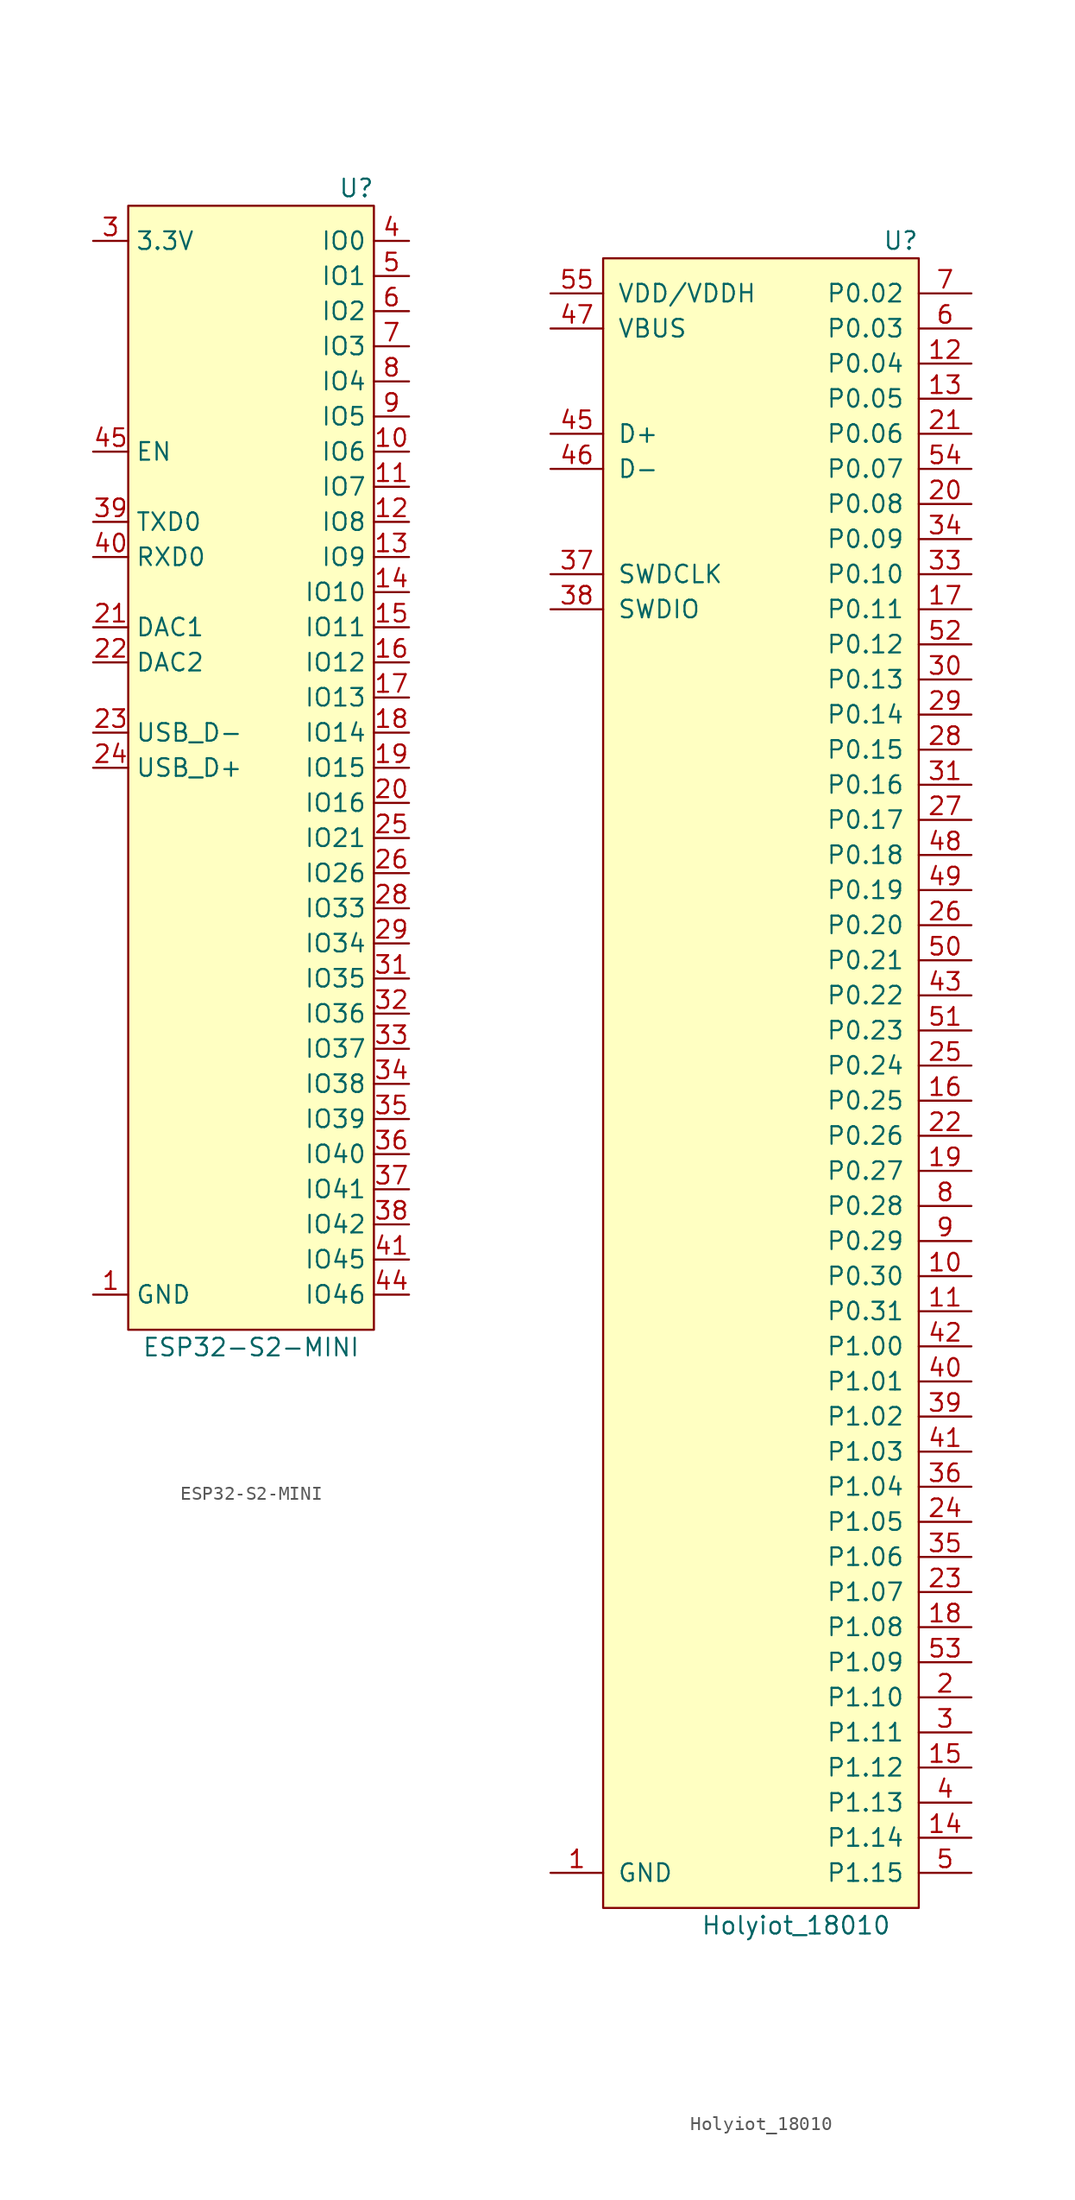
<source format=kicad_sym>
(kicad_symbol_lib
  (version 20231120)
  (generator "kicad_symbol_editor")
  (generator_version "8.0")
  (symbol "ESP32-S2-MINI"
    (property "Reference" "U"
      (at 7.62 39.37 0)
      (effects (font (size 1.27 1.27))))
    (property "Value" "ESP32-S2-MINI"
      (at 0 -44.45 0)
      (effects (font (size 1.27 1.27))))
    (symbol "ESP32-S2-MINI_0_0"
      (pin power_in line (at -11.43 -40.64 0) (length 2.54) (name "GND" (effects (font (size 1.27 1.27)))) (number "1" (effects (font (size 1.27 1.27)))))
      (pin bidirectional line (at 11.43 20.32 180) (length 2.54) (name "IO6" (effects (font (size 1.27 1.27)))) (number "10" (effects (font (size 1.27 1.27)))))
      (pin bidirectional line (at 11.43 17.78 180) (length 2.54) (name "IO7" (effects (font (size 1.27 1.27)))) (number "11" (effects (font (size 1.27 1.27)))))
      (pin bidirectional line (at 11.43 15.24 180) (length 2.54) (name "IO8" (effects (font (size 1.27 1.27)))) (number "12" (effects (font (size 1.27 1.27)))))
      (pin bidirectional line (at 11.43 12.7 180) (length 2.54) (name "IO9" (effects (font (size 1.27 1.27)))) (number "13" (effects (font (size 1.27 1.27)))))
      (pin bidirectional line (at 11.43 10.16 180) (length 2.54) (name "IO10" (effects (font (size 1.27 1.27)))) (number "14" (effects (font (size 1.27 1.27)))))
      (pin bidirectional line (at 11.43 7.62 180) (length 2.54) (name "IO11" (effects (font (size 1.27 1.27)))) (number "15" (effects (font (size 1.27 1.27)))))
      (pin bidirectional line (at 11.43 5.08 180) (length 2.54) (name "IO12" (effects (font (size 1.27 1.27)))) (number "16" (effects (font (size 1.27 1.27)))))
      (pin bidirectional line (at 11.43 2.54 180) (length 2.54) (name "IO13" (effects (font (size 1.27 1.27)))) (number "17" (effects (font (size 1.27 1.27)))))
      (pin bidirectional line (at 11.43 0 180) (length 2.54) (name "IO14" (effects (font (size 1.27 1.27)))) (number "18" (effects (font (size 1.27 1.27)))))
      (pin bidirectional line (at 11.43 -2.54 180) (length 2.54) (name "IO15" (effects (font (size 1.27 1.27)))) (number "19" (effects (font (size 1.27 1.27)))))
      (pin passive line (at -11.43 -40.64 0) (length 2.54) hide (name "GND" (effects (font (size 1.27 1.27)))) (number "2" (effects (font (size 1.27 1.27)))))
      (pin bidirectional line (at 11.43 -5.08 180) (length 2.54) (name "IO16" (effects (font (size 1.27 1.27)))) (number "20" (effects (font (size 1.27 1.27)))))
      (pin bidirectional line (at -11.43 7.62 0) (length 2.54) (name "DAC1" (effects (font (size 1.27 1.27)))) (number "21" (effects (font (size 1.27 1.27)))))
      (pin bidirectional line (at -11.43 5.08 0) (length 2.54) (name "DAC2" (effects (font (size 1.27 1.27)))) (number "22" (effects (font (size 1.27 1.27)))))
      (pin bidirectional line (at -11.43 0 0) (length 2.54) (name "USB_D-" (effects (font (size 1.27 1.27)))) (number "23" (effects (font (size 1.27 1.27)))))
      (pin bidirectional line (at -11.43 -2.54 0) (length 2.54) (name "USB_D+" (effects (font (size 1.27 1.27)))) (number "24" (effects (font (size 1.27 1.27)))))
      (pin bidirectional line (at 11.43 -7.62 180) (length 2.54) (name "IO21" (effects (font (size 1.27 1.27)))) (number "25" (effects (font (size 1.27 1.27)))))
      (pin bidirectional line (at 11.43 -10.16 180) (length 2.54) (name "IO26" (effects (font (size 1.27 1.27)))) (number "26" (effects (font (size 1.27 1.27)))))
      (pin no_connect line (at -3.81 -16.51 0) (length 2.54) hide (name "NC" (effects (font (size 1.27 1.27)))) (number "27" (effects (font (size 1.27 1.27)))))
      (pin bidirectional line (at 11.43 -12.7 180) (length 2.54) (name "IO33" (effects (font (size 1.27 1.27)))) (number "28" (effects (font (size 1.27 1.27)))))
      (pin bidirectional line (at 11.43 -15.24 180) (length 2.54) (name "IO34" (effects (font (size 1.27 1.27)))) (number "29" (effects (font (size 1.27 1.27)))))
      (pin power_in line (at -11.43 35.56 0) (length 2.54) (name "3.3V" (effects (font (size 1.27 1.27)))) (number "3" (effects (font (size 1.27 1.27)))))
      (pin passive line (at -11.43 -40.64 0) (length 2.54) hide (name "GND" (effects (font (size 1.27 1.27)))) (number "30" (effects (font (size 1.27 1.27)))))
      (pin bidirectional line (at 11.43 -17.78 180) (length 2.54) (name "IO35" (effects (font (size 1.27 1.27)))) (number "31" (effects (font (size 1.27 1.27)))))
      (pin bidirectional line (at 11.43 -20.32 180) (length 2.54) (name "IO36" (effects (font (size 1.27 1.27)))) (number "32" (effects (font (size 1.27 1.27)))))
      (pin bidirectional line (at 11.43 -22.86 180) (length 2.54) (name "IO37" (effects (font (size 1.27 1.27)))) (number "33" (effects (font (size 1.27 1.27)))))
      (pin bidirectional line (at 11.43 -25.4 180) (length 2.54) (name "IO38" (effects (font (size 1.27 1.27)))) (number "34" (effects (font (size 1.27 1.27)))))
      (pin bidirectional line (at 11.43 -27.94 180) (length 2.54) (name "IO39" (effects (font (size 1.27 1.27)))) (number "35" (effects (font (size 1.27 1.27)))))
      (pin bidirectional line (at 11.43 -30.48 180) (length 2.54) (name "IO40" (effects (font (size 1.27 1.27)))) (number "36" (effects (font (size 1.27 1.27)))))
      (pin bidirectional line (at 11.43 -33.02 180) (length 2.54) (name "IO41" (effects (font (size 1.27 1.27)))) (number "37" (effects (font (size 1.27 1.27)))))
      (pin bidirectional line (at 11.43 -35.56 180) (length 2.54) (name "IO42" (effects (font (size 1.27 1.27)))) (number "38" (effects (font (size 1.27 1.27)))))
      (pin output line (at -11.43 15.24 0) (length 2.54) (name "TXD0" (effects (font (size 1.27 1.27)))) (number "39" (effects (font (size 1.27 1.27)))))
      (pin bidirectional line (at 11.43 35.56 180) (length 2.54) (name "IO0" (effects (font (size 1.27 1.27)))) (number "4" (effects (font (size 1.27 1.27)))))
      (pin input line (at -11.43 12.7 0) (length 2.54) (name "RXD0" (effects (font (size 1.27 1.27)))) (number "40" (effects (font (size 1.27 1.27)))))
      (pin bidirectional line (at 11.43 -38.1 180) (length 2.54) (name "IO45" (effects (font (size 1.27 1.27)))) (number "41" (effects (font (size 1.27 1.27)))))
      (pin passive line (at -11.43 -40.64 0) (length 2.54) hide (name "GND" (effects (font (size 1.27 1.27)))) (number "42" (effects (font (size 1.27 1.27)))))
      (pin passive line (at -11.43 -40.64 0) (length 2.54) hide (name "GND" (effects (font (size 1.27 1.27)))) (number "43" (effects (font (size 1.27 1.27)))))
      (pin bidirectional line (at 11.43 -40.64 180) (length 2.54) (name "IO46" (effects (font (size 1.27 1.27)))) (number "44" (effects (font (size 1.27 1.27)))))
      (pin input line (at -11.43 20.32 0) (length 2.54) (name "EN" (effects (font (size 1.27 1.27)))) (number "45" (effects (font (size 1.27 1.27)))))
      (pin passive line (at -11.43 -40.64 0) (length 2.54) hide (name "GND" (effects (font (size 1.27 1.27)))) (number "46" (effects (font (size 1.27 1.27)))))
      (pin passive line (at -11.43 -40.64 0) (length 2.54) hide (name "GND" (effects (font (size 1.27 1.27)))) (number "47" (effects (font (size 1.27 1.27)))))
      (pin passive line (at -11.43 -40.64 0) (length 2.54) hide (name "GND" (effects (font (size 1.27 1.27)))) (number "48" (effects (font (size 1.27 1.27)))))
      (pin passive line (at -11.43 -40.64 0) (length 2.54) hide (name "GND" (effects (font (size 1.27 1.27)))) (number "49" (effects (font (size 1.27 1.27)))))
      (pin bidirectional line (at 11.43 33.02 180) (length 2.54) (name "IO1" (effects (font (size 1.27 1.27)))) (number "5" (effects (font (size 1.27 1.27)))))
      (pin passive line (at -11.43 -40.64 0) (length 2.54) hide (name "GND" (effects (font (size 1.27 1.27)))) (number "50" (effects (font (size 1.27 1.27)))))
      (pin passive line (at -11.43 -40.64 0) (length 2.54) hide (name "GND" (effects (font (size 1.27 1.27)))) (number "51" (effects (font (size 1.27 1.27)))))
      (pin passive line (at -11.43 -40.64 0) (length 2.54) hide (name "GND" (effects (font (size 1.27 1.27)))) (number "52" (effects (font (size 1.27 1.27)))))
      (pin passive line (at -11.43 -40.64 0) (length 2.54) hide (name "GND" (effects (font (size 1.27 1.27)))) (number "53" (effects (font (size 1.27 1.27)))))
      (pin passive line (at -11.43 -40.64 0) (length 2.54) hide (name "GND" (effects (font (size 1.27 1.27)))) (number "54" (effects (font (size 1.27 1.27)))))
      (pin passive line (at -11.43 -40.64 0) (length 2.54) hide (name "GND" (effects (font (size 1.27 1.27)))) (number "55" (effects (font (size 1.27 1.27)))))
      (pin passive line (at -11.43 -40.64 0) (length 2.54) hide (name "GND" (effects (font (size 1.27 1.27)))) (number "56" (effects (font (size 1.27 1.27)))))
      (pin passive line (at -11.43 -40.64 0) (length 2.54) hide (name "GND" (effects (font (size 1.27 1.27)))) (number "57" (effects (font (size 1.27 1.27)))))
      (pin passive line (at -11.43 -40.64 0) (length 2.54) hide (name "GND" (effects (font (size 1.27 1.27)))) (number "58" (effects (font (size 1.27 1.27)))))
      (pin passive line (at -11.43 -40.64 0) (length 2.54) hide (name "GND" (effects (font (size 1.27 1.27)))) (number "59" (effects (font (size 1.27 1.27)))))
      (pin bidirectional line (at 11.43 30.48 180) (length 2.54) (name "IO2" (effects (font (size 1.27 1.27)))) (number "6" (effects (font (size 1.27 1.27)))))
      (pin passive line (at -11.43 -40.64 0) (length 2.54) hide (name "GND" (effects (font (size 1.27 1.27)))) (number "60" (effects (font (size 1.27 1.27)))))
      (pin passive line (at -11.43 -40.64 0) (length 2.54) hide (name "GND" (effects (font (size 1.27 1.27)))) (number "61" (effects (font (size 1.27 1.27)))))
      (pin passive line (at -11.43 -40.64 0) (length 2.54) hide (name "GND" (effects (font (size 1.27 1.27)))) (number "62" (effects (font (size 1.27 1.27)))))
      (pin passive line (at -11.43 -40.64 0) (length 2.54) hide (name "GND" (effects (font (size 1.27 1.27)))) (number "63" (effects (font (size 1.27 1.27)))))
      (pin passive line (at -11.43 -40.64 0) (length 2.54) hide (name "GND" (effects (font (size 1.27 1.27)))) (number "64" (effects (font (size 1.27 1.27)))))
      (pin passive line (at -11.43 -40.64 0) (length 2.54) hide (name "GND" (effects (font (size 1.27 1.27)))) (number "65" (effects (font (size 1.27 1.27)))))
      (pin bidirectional line (at 11.43 27.94 180) (length 2.54) (name "IO3" (effects (font (size 1.27 1.27)))) (number "7" (effects (font (size 1.27 1.27)))))
      (pin bidirectional line (at 11.43 25.4 180) (length 2.54) (name "IO4" (effects (font (size 1.27 1.27)))) (number "8" (effects (font (size 1.27 1.27)))))
      (pin bidirectional line (at 11.43 22.86 180) (length 2.54) (name "IO5" (effects (font (size 1.27 1.27)))) (number "9" (effects (font (size 1.27 1.27))))))
    (symbol "ESP32-S2-MINI_0_1"
      (rectangle (start 8.89 38.1) (end -8.89 -43.18) (stroke (width 0) (type default)) (fill (type background)))))
  (symbol "Holyiot_18010"
    (pin_names
      (offset 1.016))
    (property "Reference" "U"
      (at 11.43 57.15 0)
      (effects (font (size 1.27 1.27)) (justify right)))
    (property "Value" "Holyiot_18010"
      (at 2.54 -64.77 0)
      (effects (font (size 1.27 1.27))))
    (symbol "Holyiot_18010_0_1"
      (rectangle (start -11.43 55.88) (end 11.43 -63.5) (stroke (width 0) (type default)) (fill (type background))))
    (symbol "Holyiot_18010_1_1"
      (pin power_in line (at -15.24 -60.96 0) (length 3.81) (name "GND" (effects (font (size 1.27 1.27)))) (number "1" (effects (font (size 1.27 1.27)))))
      (pin bidirectional line (at 15.24 -17.78 180) (length 3.81) (name "P0.30" (effects (font (size 1.27 1.27)))) (number "10" (effects (font (size 1.27 1.27)))))
      (pin bidirectional line (at 15.24 -20.32 180) (length 3.81) (name "P0.31" (effects (font (size 1.27 1.27)))) (number "11" (effects (font (size 1.27 1.27)))))
      (pin bidirectional line (at 15.24 48.26 180) (length 3.81) (name "P0.04" (effects (font (size 1.27 1.27)))) (number "12" (effects (font (size 1.27 1.27)))))
      (pin bidirectional line (at 15.24 45.72 180) (length 3.81) (name "P0.05" (effects (font (size 1.27 1.27)))) (number "13" (effects (font (size 1.27 1.27)))))
      (pin bidirectional line (at 15.24 -58.42 180) (length 3.81) (name "P1.14" (effects (font (size 1.27 1.27)))) (number "14" (effects (font (size 1.27 1.27)))))
      (pin bidirectional line (at 15.24 -53.34 180) (length 3.81) (name "P1.12" (effects (font (size 1.27 1.27)))) (number "15" (effects (font (size 1.27 1.27)))))
      (pin bidirectional line (at 15.24 -5.08 180) (length 3.81) (name "P0.25" (effects (font (size 1.27 1.27)))) (number "16" (effects (font (size 1.27 1.27)))))
      (pin bidirectional line (at 15.24 30.48 180) (length 3.81) (name "P0.11" (effects (font (size 1.27 1.27)))) (number "17" (effects (font (size 1.27 1.27)))))
      (pin bidirectional line (at 15.24 -43.18 180) (length 3.81) (name "P1.08" (effects (font (size 1.27 1.27)))) (number "18" (effects (font (size 1.27 1.27)))))
      (pin bidirectional line (at 15.24 -10.16 180) (length 3.81) (name "P0.27" (effects (font (size 1.27 1.27)))) (number "19" (effects (font (size 1.27 1.27)))))
      (pin bidirectional line (at 15.24 -48.26 180) (length 3.81) (name "P1.10" (effects (font (size 1.27 1.27)))) (number "2" (effects (font (size 1.27 1.27)))))
      (pin bidirectional line (at 15.24 38.1 180) (length 3.81) (name "P0.08" (effects (font (size 1.27 1.27)))) (number "20" (effects (font (size 1.27 1.27)))))
      (pin bidirectional line (at 15.24 43.18 180) (length 3.81) (name "P0.06" (effects (font (size 1.27 1.27)))) (number "21" (effects (font (size 1.27 1.27)))))
      (pin bidirectional line (at 15.24 -7.62 180) (length 3.81) (name "P0.26" (effects (font (size 1.27 1.27)))) (number "22" (effects (font (size 1.27 1.27)))))
      (pin bidirectional line (at 15.24 -40.64 180) (length 3.81) (name "P1.07" (effects (font (size 1.27 1.27)))) (number "23" (effects (font (size 1.27 1.27)))))
      (pin bidirectional line (at 15.24 -35.56 180) (length 3.81) (name "P1.05" (effects (font (size 1.27 1.27)))) (number "24" (effects (font (size 1.27 1.27)))))
      (pin bidirectional line (at 15.24 -2.54 180) (length 3.81) (name "P0.24" (effects (font (size 1.27 1.27)))) (number "25" (effects (font (size 1.27 1.27)))))
      (pin bidirectional line (at 15.24 7.62 180) (length 3.81) (name "P0.20" (effects (font (size 1.27 1.27)))) (number "26" (effects (font (size 1.27 1.27)))))
      (pin bidirectional line (at 15.24 15.24 180) (length 3.81) (name "P0.17" (effects (font (size 1.27 1.27)))) (number "27" (effects (font (size 1.27 1.27)))))
      (pin bidirectional line (at 15.24 20.32 180) (length 3.81) (name "P0.15" (effects (font (size 1.27 1.27)))) (number "28" (effects (font (size 1.27 1.27)))))
      (pin bidirectional line (at 15.24 22.86 180) (length 3.81) (name "P0.14" (effects (font (size 1.27 1.27)))) (number "29" (effects (font (size 1.27 1.27)))))
      (pin bidirectional line (at 15.24 -50.8 180) (length 3.81) (name "P1.11" (effects (font (size 1.27 1.27)))) (number "3" (effects (font (size 1.27 1.27)))))
      (pin bidirectional line (at 15.24 25.4 180) (length 3.81) (name "P0.13" (effects (font (size 1.27 1.27)))) (number "30" (effects (font (size 1.27 1.27)))))
      (pin bidirectional line (at 15.24 17.78 180) (length 3.81) (name "P0.16" (effects (font (size 1.27 1.27)))) (number "31" (effects (font (size 1.27 1.27)))))
      (pin passive line (at -15.24 -60.96 0) (length 3.81) hide (name "GND" (effects (font (size 1.27 1.27)))) (number "32" (effects (font (size 1.27 1.27)))))
      (pin bidirectional line (at 15.24 33.02 180) (length 3.81) (name "P0.10" (effects (font (size 1.27 1.27)))) (number "33" (effects (font (size 1.27 1.27)))))
      (pin bidirectional line (at 15.24 35.56 180) (length 3.81) (name "P0.09" (effects (font (size 1.27 1.27)))) (number "34" (effects (font (size 1.27 1.27)))))
      (pin bidirectional line (at 15.24 -38.1 180) (length 3.81) (name "P1.06" (effects (font (size 1.27 1.27)))) (number "35" (effects (font (size 1.27 1.27)))))
      (pin bidirectional line (at 15.24 -33.02 180) (length 3.81) (name "P1.04" (effects (font (size 1.27 1.27)))) (number "36" (effects (font (size 1.27 1.27)))))
      (pin input line (at -15.24 33.02 0) (length 3.81) (name "SWDCLK" (effects (font (size 1.27 1.27)))) (number "37" (effects (font (size 1.27 1.27)))))
      (pin bidirectional line (at -15.24 30.48 0) (length 3.81) (name "SWDIO" (effects (font (size 1.27 1.27)))) (number "38" (effects (font (size 1.27 1.27)))))
      (pin bidirectional line (at 15.24 -27.94 180) (length 3.81) (name "P1.02" (effects (font (size 1.27 1.27)))) (number "39" (effects (font (size 1.27 1.27)))))
      (pin bidirectional line (at 15.24 -55.88 180) (length 3.81) (name "P1.13" (effects (font (size 1.27 1.27)))) (number "4" (effects (font (size 1.27 1.27)))))
      (pin bidirectional line (at 15.24 -25.4 180) (length 3.81) (name "P1.01" (effects (font (size 1.27 1.27)))) (number "40" (effects (font (size 1.27 1.27)))))
      (pin bidirectional line (at 15.24 -30.48 180) (length 3.81) (name "P1.03" (effects (font (size 1.27 1.27)))) (number "41" (effects (font (size 1.27 1.27)))))
      (pin bidirectional line (at 15.24 -22.86 180) (length 3.81) (name "P1.00" (effects (font (size 1.27 1.27)))) (number "42" (effects (font (size 1.27 1.27)))))
      (pin bidirectional line (at 15.24 2.54 180) (length 3.81) (name "P0.22" (effects (font (size 1.27 1.27)))) (number "43" (effects (font (size 1.27 1.27)))))
      (pin passive line (at -15.24 -60.96 0) (length 3.81) hide (name "GND" (effects (font (size 1.27 1.27)))) (number "44" (effects (font (size 1.27 1.27)))))
      (pin bidirectional line (at -15.24 43.18 0) (length 3.81) (name "D+" (effects (font (size 1.27 1.27)))) (number "45" (effects (font (size 1.27 1.27)))))
      (pin bidirectional line (at -15.24 40.64 0) (length 3.81) (name "D-" (effects (font (size 1.27 1.27)))) (number "46" (effects (font (size 1.27 1.27)))))
      (pin power_in line (at -15.24 50.8 0) (length 3.81) (name "VBUS" (effects (font (size 1.27 1.27)))) (number "47" (effects (font (size 1.27 1.27)))))
      (pin bidirectional line (at 15.24 12.7 180) (length 3.81) (name "P0.18" (effects (font (size 1.27 1.27)))) (number "48" (effects (font (size 1.27 1.27)))))
      (pin bidirectional line (at 15.24 10.16 180) (length 3.81) (name "P0.19" (effects (font (size 1.27 1.27)))) (number "49" (effects (font (size 1.27 1.27)))))
      (pin bidirectional line (at 15.24 -60.96 180) (length 3.81) (name "P1.15" (effects (font (size 1.27 1.27)))) (number "5" (effects (font (size 1.27 1.27)))))
      (pin bidirectional line (at 15.24 5.08 180) (length 3.81) (name "P0.21" (effects (font (size 1.27 1.27)))) (number "50" (effects (font (size 1.27 1.27)))))
      (pin bidirectional line (at 15.24 0 180) (length 3.81) (name "P0.23" (effects (font (size 1.27 1.27)))) (number "51" (effects (font (size 1.27 1.27)))))
      (pin bidirectional line (at 15.24 27.94 180) (length 3.81) (name "P0.12" (effects (font (size 1.27 1.27)))) (number "52" (effects (font (size 1.27 1.27)))))
      (pin bidirectional line (at 15.24 -45.72 180) (length 3.81) (name "P1.09" (effects (font (size 1.27 1.27)))) (number "53" (effects (font (size 1.27 1.27)))))
      (pin bidirectional line (at 15.24 40.64 180) (length 3.81) (name "P0.07" (effects (font (size 1.27 1.27)))) (number "54" (effects (font (size 1.27 1.27)))))
      (pin power_in line (at -15.24 53.34 0) (length 3.81) (name "VDD/VDDH" (effects (font (size 1.27 1.27)))) (number "55" (effects (font (size 1.27 1.27)))))
      (pin bidirectional line (at 15.24 50.8 180) (length 3.81) (name "P0.03" (effects (font (size 1.27 1.27)))) (number "6" (effects (font (size 1.27 1.27)))))
      (pin bidirectional line (at 15.24 53.34 180) (length 3.81) (name "P0.02" (effects (font (size 1.27 1.27)))) (number "7" (effects (font (size 1.27 1.27)))))
      (pin bidirectional line (at 15.24 -12.7 180) (length 3.81) (name "P0.28" (effects (font (size 1.27 1.27)))) (number "8" (effects (font (size 1.27 1.27)))))
      (pin bidirectional line (at 15.24 -15.24 180) (length 3.81) (name "P0.29" (effects (font (size 1.27 1.27)))) (number "9" (effects (font (size 1.27 1.27))))))))
</source>
